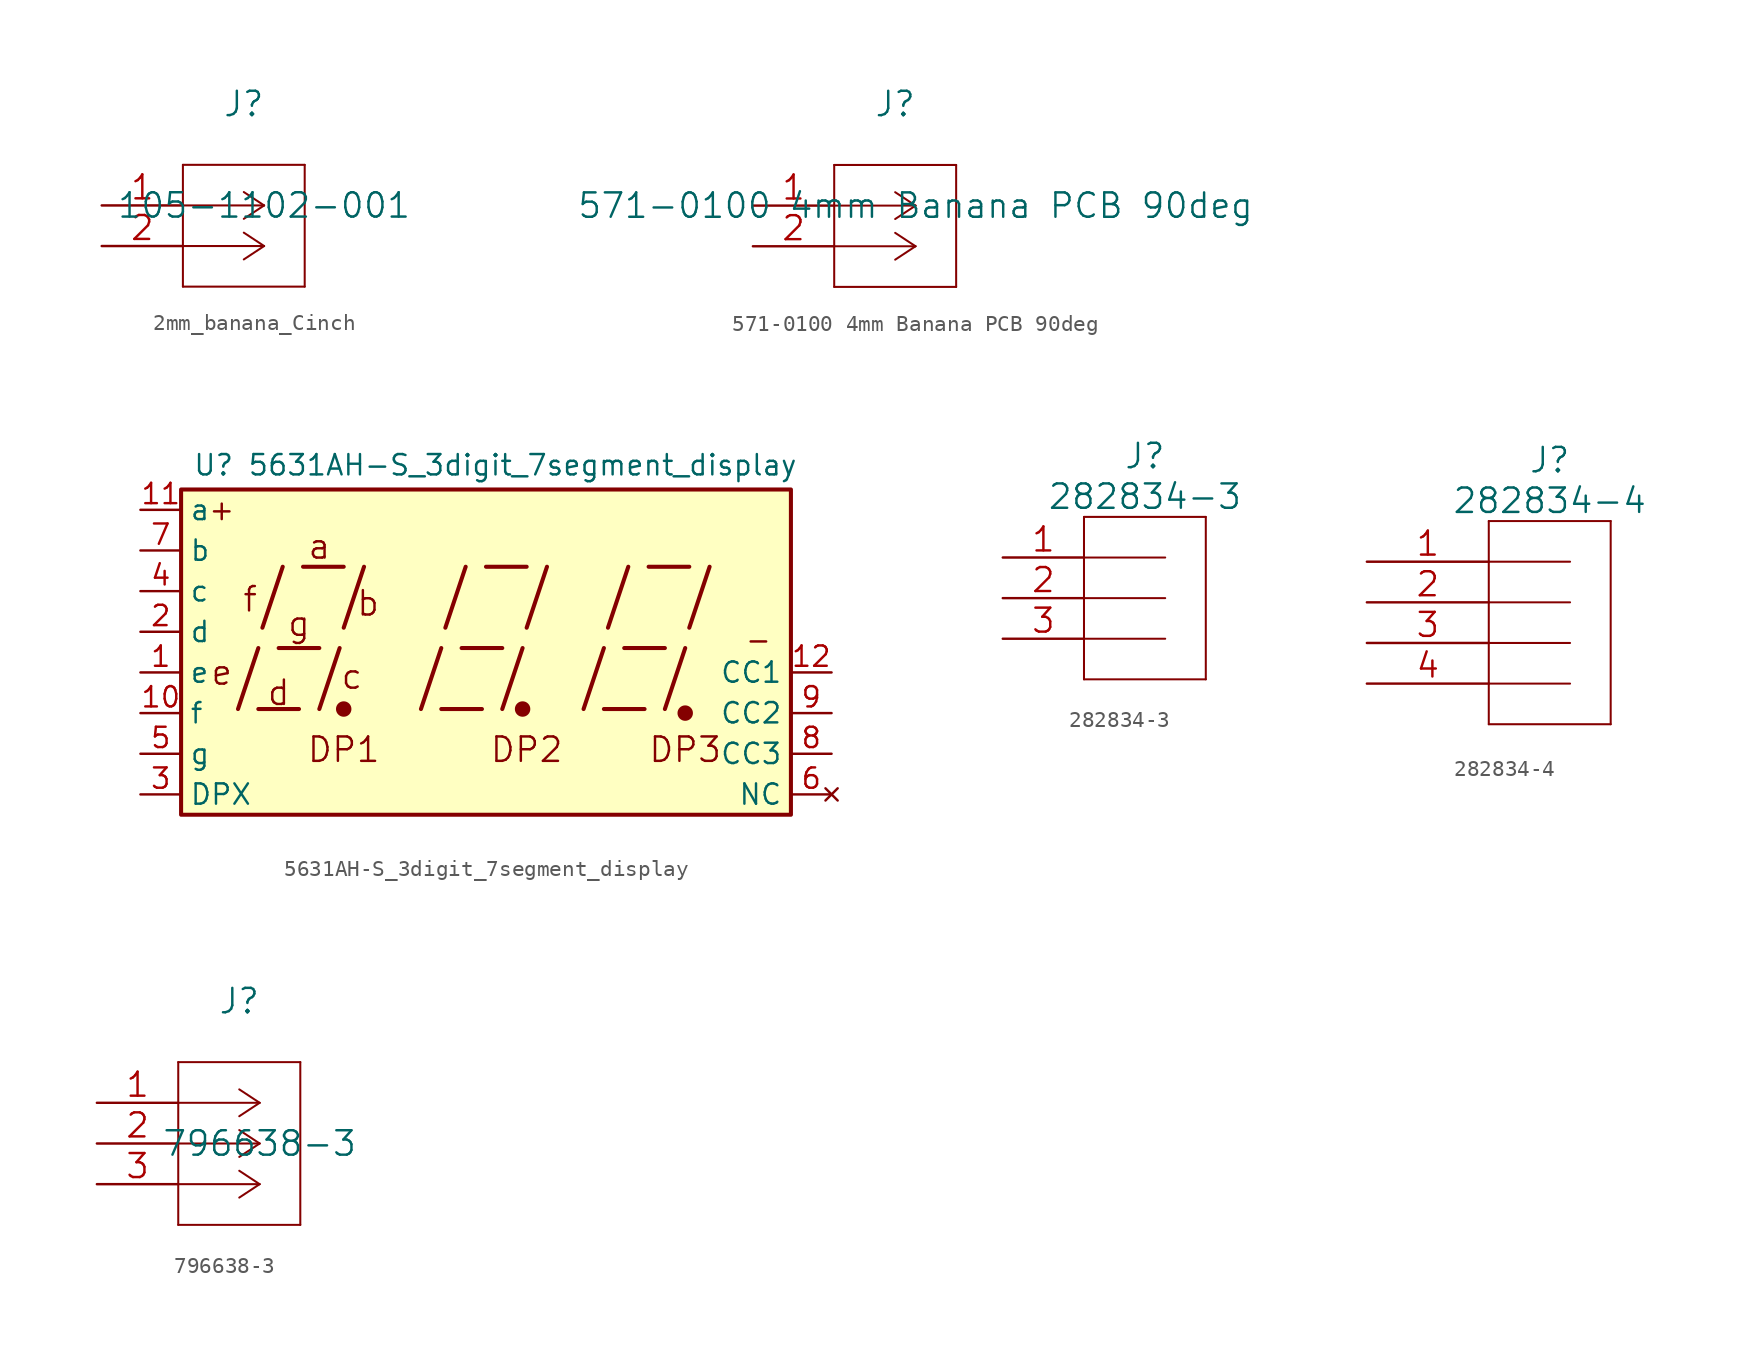
<source format=kicad_sym>
(kicad_symbol_lib
  (version 20231120)
  (generator "kicad_symbol_editor")
  (generator_version "8.0")
  (symbol "2mm_banana_Cinch"
    (pin_names
      (offset 0.254) hide)
    (property "Reference" "J"
      (at 8.89 6.35 0)
      (effects (font (size 1.524 1.524))))
    (property "Value" "105-1102-001"
      (at 10.16 0 0)
      (effects (font (size 1.524 1.524))))
    (property "Datasheet" ""
      (at 0 0 0)
      (effects (font (size 1.524 1.524))))
    (symbol "2mm_banana_Cinch_1_1"
      (polyline (pts (xy 5.08 -5.08) (xy 12.7 -5.08)) (stroke (width 0.127) (type solid)) (fill (type none)))
      (polyline (pts (xy 5.08 2.54) (xy 5.08 -5.08)) (stroke (width 0.127) (type solid)) (fill (type none)))
      (polyline (pts (xy 10.16 -2.54) (xy 5.08 -2.54)) (stroke (width 0.127) (type solid)) (fill (type none)))
      (polyline (pts (xy 10.16 -2.54) (xy 8.89 -3.378)) (stroke (width 0.127) (type solid)) (fill (type none)))
      (polyline (pts (xy 10.16 -2.54) (xy 8.89 -1.702)) (stroke (width 0.127) (type solid)) (fill (type none)))
      (polyline (pts (xy 10.16 0) (xy 5.08 0)) (stroke (width 0.127) (type solid)) (fill (type none)))
      (polyline (pts (xy 10.16 0) (xy 8.89 -0.838)) (stroke (width 0.127) (type solid)) (fill (type none)))
      (polyline (pts (xy 10.16 0) (xy 8.89 0.838)) (stroke (width 0.127) (type solid)) (fill (type none)))
      (polyline (pts (xy 12.7 -5.08) (xy 12.7 2.54)) (stroke (width 0.127) (type solid)) (fill (type none)))
      (polyline (pts (xy 12.7 2.54) (xy 5.08 2.54)) (stroke (width 0.127) (type solid)) (fill (type none)))
      (pin unspecified line (at 0 0 0) (length 5.08) (name "1" (effects (font (size 1.499 1.499)))) (number "1" (effects (font (size 1.499 1.499)))))
      (pin unspecified line (at 0 -2.54 0) (length 5.08) (name "2" (effects (font (size 1.499 1.499)))) (number "2" (effects (font (size 1.499 1.499)))))))
  (symbol "571-0100 4mm Banana PCB 90deg"
    (pin_names
      (offset 0.254) hide)
    (property "Reference" "J"
      (at 8.89 6.35 0)
      (effects (font (size 1.524 1.524))))
    (property "Value" "571-0100 4mm Banana PCB 90deg"
      (at 10.16 0 0)
      (effects (font (size 1.524 1.524))))
    (property "Datasheet" ""
      (at 0 0 0)
      (effects (font (size 1.524 1.524))))
    (symbol "571-0100 4mm Banana PCB 90deg_1_1"
      (polyline (pts (xy 5.08 -5.08) (xy 12.7 -5.08)) (stroke (width 0.127) (type default)) (fill (type none)))
      (polyline (pts (xy 5.08 2.54) (xy 5.08 -5.08)) (stroke (width 0.127) (type default)) (fill (type none)))
      (polyline (pts (xy 10.16 -2.54) (xy 5.08 -2.54)) (stroke (width 0.127) (type default)) (fill (type none)))
      (polyline (pts (xy 10.16 -2.54) (xy 8.89 -3.378)) (stroke (width 0.127) (type default)) (fill (type none)))
      (polyline (pts (xy 10.16 -2.54) (xy 8.89 -1.702)) (stroke (width 0.127) (type default)) (fill (type none)))
      (polyline (pts (xy 10.16 0) (xy 5.08 0)) (stroke (width 0.127) (type default)) (fill (type none)))
      (polyline (pts (xy 10.16 0) (xy 8.89 -0.838)) (stroke (width 0.127) (type default)) (fill (type none)))
      (polyline (pts (xy 10.16 0) (xy 8.89 0.838)) (stroke (width 0.127) (type default)) (fill (type none)))
      (polyline (pts (xy 12.7 -5.08) (xy 12.7 2.54)) (stroke (width 0.127) (type default)) (fill (type none)))
      (polyline (pts (xy 12.7 2.54) (xy 5.08 2.54)) (stroke (width 0.127) (type default)) (fill (type none)))
      (pin unspecified line (at 0 0 0) (length 5.08) (name "1" (effects (font (size 1.499 1.499)))) (number "1" (effects (font (size 1.499 1.499)))))
      (pin unspecified line (at 0 -2.54 0) (length 5.08) (name "2" (effects (font (size 1.499 1.499)))) (number "2" (effects (font (size 1.499 1.499)))))))
  (symbol "5631AH-S_3digit_7segment_display"
    (property "Reference" "U"
      (at -17.018 11.684 0)
      (effects (font (size 1.27 1.27))))
    (property "Value" "5631AH-S_3digit_7segment_display"
      (at 2.286 11.684 0)
      (effects (font (size 1.27 1.27))))
    (symbol "5631AH-S_3digit_7segment_display_0_0"
      (rectangle (start -19.05 10.16) (end 19.05 -10.16) (stroke (width 0.254) (type default)) (fill (type background)))
      (polyline (pts (xy -15.494 -3.556) (xy -14.224 0.254)) (stroke (width 0.254) (type default)) (fill (type none)))
      (polyline (pts (xy -14.224 -3.556) (xy -11.684 -3.556)) (stroke (width 0.254) (type default)) (fill (type none)))
      (polyline (pts (xy -13.97 1.524) (xy -12.7 5.334)) (stroke (width 0.254) (type default)) (fill (type none)))
      (polyline (pts (xy -12.954 0.254) (xy -10.414 0.254)) (stroke (width 0.254) (type default)) (fill (type none)))
      (polyline (pts (xy -11.43 5.334) (xy -8.89 5.334)) (stroke (width 0.254) (type default)) (fill (type none)))
      (polyline (pts (xy -10.414 -3.556) (xy -9.144 0.254)) (stroke (width 0.254) (type default)) (fill (type none)))
      (polyline (pts (xy -8.89 1.524) (xy -7.62 5.334)) (stroke (width 0.254) (type default)) (fill (type none)))
      (polyline (pts (xy -4.064 -3.556) (xy -2.794 0.254)) (stroke (width 0.254) (type default)) (fill (type none)))
      (polyline (pts (xy -2.794 -3.556) (xy -0.254 -3.556)) (stroke (width 0.254) (type default)) (fill (type none)))
      (polyline (pts (xy -2.54 1.524) (xy -1.27 5.334)) (stroke (width 0.254) (type default)) (fill (type none)))
      (polyline (pts (xy -1.524 0.254) (xy 1.016 0.254)) (stroke (width 0.254) (type default)) (fill (type none)))
      (polyline (pts (xy 0 5.334) (xy 2.54 5.334)) (stroke (width 0.254) (type default)) (fill (type none)))
      (polyline (pts (xy 1.016 -3.556) (xy 2.286 0.254)) (stroke (width 0.254) (type default)) (fill (type none)))
      (polyline (pts (xy 2.54 1.524) (xy 3.81 5.334)) (stroke (width 0.254) (type default)) (fill (type none)))
      (polyline (pts (xy 6.096 -3.556) (xy 7.366 0.254)) (stroke (width 0.254) (type default)) (fill (type none)))
      (polyline (pts (xy 7.366 -3.556) (xy 9.906 -3.556)) (stroke (width 0.254) (type default)) (fill (type none)))
      (polyline (pts (xy 7.62 1.524) (xy 8.89 5.334)) (stroke (width 0.254) (type default)) (fill (type none)))
      (polyline (pts (xy 8.636 0.254) (xy 11.176 0.254)) (stroke (width 0.254) (type default)) (fill (type none)))
      (polyline (pts (xy 10.16 5.334) (xy 12.7 5.334)) (stroke (width 0.254) (type default)) (fill (type none)))
      (polyline (pts (xy 11.176 -3.556) (xy 12.446 0.254)) (stroke (width 0.254) (type default)) (fill (type none)))
      (polyline (pts (xy 12.7 1.524) (xy 13.97 5.334)) (stroke (width 0.254) (type default)) (fill (type none)))
      (text "a" (at -10.414 6.604 0) (effects (font (size 1.524 1.524))))
      (text "b" (at -7.366 3.048 0) (effects (font (size 1.524 1.524))))
      (text "c" (at -8.382 -1.524 0) (effects (font (size 1.524 1.524))))
      (text "d" (at -12.954 -2.54 0) (effects (font (size 1.524 1.524))))
      (text "DP1" (at -8.89 -6.096 0) (effects (font (size 1.524 1.524))))
      (text "DP2" (at 2.54 -6.096 0) (effects (font (size 1.524 1.524))))
      (text "DP3" (at 12.446 -6.096 0) (effects (font (size 1.524 1.524))))
      (text "e" (at -16.51 -1.27 0) (effects (font (size 1.524 1.524))))
      (text "f" (at -14.732 3.302 0) (effects (font (size 1.524 1.524))))
      (text "g" (at -11.684 1.778 0) (effects (font (size 1.524 1.524)))))
    (symbol "5631AH-S_3digit_7segment_display_0_1"
      (circle (center -8.89 -3.556) (radius 0.356) (stroke (width 0.254) (type default)) (fill (type outline)))
      (circle (center 2.286 -3.556) (radius 0.356) (stroke (width 0.254) (type default)) (fill (type outline))))
    (symbol "5631AH-S_3digit_7segment_display_1_0"
      (circle (center 12.446 -3.81) (radius 0.356) (stroke (width 0.254) (type default)) (fill (type outline))))
    (symbol "5631AH-S_3digit_7segment_display_1_1"
      (text "+" (at -16.51 8.89 0) (effects (font (size 1.27 1.27))))
      (text "-" (at 17.018 0.762 0) (effects (font (size 1.27 1.27))))
      (pin input line (at -21.59 -1.27 0) (length 2.54) (name "e" (effects (font (size 1.27 1.27)))) (number "1" (effects (font (size 1.27 1.27)))))
      (pin input line (at -21.59 -3.81 0) (length 2.54) (name "f" (effects (font (size 1.27 1.27)))) (number "10" (effects (font (size 1.27 1.27)))))
      (pin input line (at -21.59 8.89 0) (length 2.54) (name "a" (effects (font (size 1.27 1.27)))) (number "11" (effects (font (size 1.27 1.27)))))
      (pin input line (at 21.59 -1.27 180) (length 2.54) (name "CC1" (effects (font (size 1.27 1.27)))) (number "12" (effects (font (size 1.27 1.27)))))
      (pin input line (at -21.59 1.27 0) (length 2.54) (name "d" (effects (font (size 1.27 1.27)))) (number "2" (effects (font (size 1.27 1.27)))))
      (pin input line (at -21.59 -8.89 0) (length 2.54) (name "DPX" (effects (font (size 1.27 1.27)))) (number "3" (effects (font (size 1.27 1.27)))))
      (pin input line (at -21.59 3.81 0) (length 2.54) (name "c" (effects (font (size 1.27 1.27)))) (number "4" (effects (font (size 1.27 1.27)))))
      (pin input line (at -21.59 -6.35 0) (length 2.54) (name "g" (effects (font (size 1.27 1.27)))) (number "5" (effects (font (size 1.27 1.27)))))
      (pin no_connect line (at 21.59 -8.89 180) (length 2.54) (name "NC" (effects (font (size 1.27 1.27)))) (number "6" (effects (font (size 1.27 1.27)))))
      (pin input line (at -21.59 6.35 0) (length 2.54) (name "b" (effects (font (size 1.27 1.27)))) (number "7" (effects (font (size 1.27 1.27)))))
      (pin input line (at 21.59 -6.35 180) (length 2.54) (name "CC3" (effects (font (size 1.27 1.27)))) (number "8" (effects (font (size 1.27 1.27)))))
      (pin input line (at 21.59 -3.81 180) (length 2.54) (name "CC2" (effects (font (size 1.27 1.27)))) (number "9" (effects (font (size 1.27 1.27)))))))
  (symbol "282834-3"
    (pin_names
      (offset 0.254) hide)
    (property "Reference" "J"
      (at 8.89 6.35 0)
      (effects (font (size 1.524 1.524))))
    (property "Value" "282834-3"
      (at 8.89 3.81 0)
      (effects (font (size 1.524 1.524))))
    (property "Datasheet" ""
      (at 0 0 0)
      (effects (font (size 1.524 1.524))))
    (symbol "282834-3_1_1"
      (polyline (pts (xy 5.08 -7.62) (xy 12.7 -7.62)) (stroke (width 0.127) (type default)) (fill (type none)))
      (polyline (pts (xy 5.08 2.54) (xy 5.08 -7.62)) (stroke (width 0.127) (type default)) (fill (type none)))
      (polyline (pts (xy 10.16 -5.08) (xy 5.08 -5.08)) (stroke (width 0.127) (type default)) (fill (type none)))
      (polyline (pts (xy 10.16 -2.54) (xy 5.08 -2.54)) (stroke (width 0.127) (type default)) (fill (type none)))
      (polyline (pts (xy 10.16 0) (xy 5.08 0)) (stroke (width 0.127) (type default)) (fill (type none)))
      (polyline (pts (xy 12.7 -7.62) (xy 12.7 2.54)) (stroke (width 0.127) (type default)) (fill (type none)))
      (polyline (pts (xy 12.7 2.54) (xy 5.08 2.54)) (stroke (width 0.127) (type default)) (fill (type none)))
      (pin unspecified line (at 0 0 0) (length 5.08) (name "1" (effects (font (size 1.499 1.499)))) (number "1" (effects (font (size 1.499 1.499)))))
      (pin unspecified line (at 0 -2.54 0) (length 5.08) (name "2" (effects (font (size 1.499 1.499)))) (number "2" (effects (font (size 1.499 1.499)))))
      (pin unspecified line (at 0 -5.08 0) (length 5.08) (name "3" (effects (font (size 1.499 1.499)))) (number "3" (effects (font (size 1.499 1.499)))))))
  (symbol "282834-4"
    (pin_names
      (offset 0.254) hide)
    (property "Reference" "J"
      (at 11.43 6.35 0)
      (effects (font (size 1.524 1.524))))
    (property "Value" "282834-4"
      (at 11.43 3.81 0)
      (effects (font (size 1.524 1.524))))
    (property "Datasheet" ""
      (at 0 0 0)
      (effects (font (size 1.524 1.524))))
    (symbol "282834-4_1_1"
      (polyline (pts (xy 7.62 -10.16) (xy 15.24 -10.16)) (stroke (width 0.127) (type default)) (fill (type none)))
      (polyline (pts (xy 7.62 -7.62) (xy 12.7 -7.62)) (stroke (width 0.127) (type default)) (fill (type none)))
      (polyline (pts (xy 7.62 -5.08) (xy 12.7 -5.08)) (stroke (width 0.127) (type default)) (fill (type none)))
      (polyline (pts (xy 7.62 -2.54) (xy 12.7 -2.54)) (stroke (width 0.127) (type default)) (fill (type none)))
      (polyline (pts (xy 7.62 0) (xy 12.7 0)) (stroke (width 0.127) (type default)) (fill (type none)))
      (polyline (pts (xy 7.62 2.54) (xy 7.62 -10.16)) (stroke (width 0.127) (type default)) (fill (type none)))
      (polyline (pts (xy 15.24 -10.16) (xy 15.24 2.54)) (stroke (width 0.127) (type default)) (fill (type none)))
      (polyline (pts (xy 15.24 2.54) (xy 7.62 2.54)) (stroke (width 0.127) (type default)) (fill (type none)))
      (pin unspecified line (at 0 0 0) (length 7.62) (name "1" (effects (font (size 1.499 1.499)))) (number "1" (effects (font (size 1.499 1.499)))))
      (pin unspecified line (at 0 -2.54 0) (length 7.62) (name "2" (effects (font (size 1.499 1.499)))) (number "2" (effects (font (size 1.499 1.499)))))
      (pin unspecified line (at 0 -5.08 0) (length 7.62) (name "3" (effects (font (size 1.499 1.499)))) (number "3" (effects (font (size 1.499 1.499)))))
      (pin unspecified line (at 0 -7.62 0) (length 7.62) (name "4" (effects (font (size 1.499 1.499)))) (number "4" (effects (font (size 1.499 1.499)))))))
  (symbol "796638-3"
    (pin_names
      (offset 0.254) hide)
    (property "Reference" "J"
      (at 8.89 6.35 0)
      (effects (font (size 1.524 1.524))))
    (property "Value" "796638-3"
      (at 10.16 -2.54 0)
      (effects (font (size 1.524 1.524))))
    (property "Datasheet" ""
      (at 0 0 0)
      (effects (font (size 1.524 1.524))))
    (symbol "796638-3_1_1"
      (polyline (pts (xy 5.08 -7.62) (xy 12.7 -7.62)) (stroke (width 0.127) (type solid)) (fill (type none)))
      (polyline (pts (xy 5.08 2.54) (xy 5.08 -7.62)) (stroke (width 0.127) (type solid)) (fill (type none)))
      (polyline (pts (xy 10.16 -5.08) (xy 5.08 -5.08)) (stroke (width 0.127) (type solid)) (fill (type none)))
      (polyline (pts (xy 10.16 -5.08) (xy 8.89 -5.918)) (stroke (width 0.127) (type solid)) (fill (type none)))
      (polyline (pts (xy 10.16 -5.08) (xy 8.89 -4.242)) (stroke (width 0.127) (type solid)) (fill (type none)))
      (polyline (pts (xy 10.16 -2.54) (xy 5.08 -2.54)) (stroke (width 0.127) (type solid)) (fill (type none)))
      (polyline (pts (xy 10.16 -2.54) (xy 8.89 -3.378)) (stroke (width 0.127) (type solid)) (fill (type none)))
      (polyline (pts (xy 10.16 -2.54) (xy 8.89 -1.702)) (stroke (width 0.127) (type solid)) (fill (type none)))
      (polyline (pts (xy 10.16 0) (xy 5.08 0)) (stroke (width 0.127) (type solid)) (fill (type none)))
      (polyline (pts (xy 10.16 0) (xy 8.89 -0.838)) (stroke (width 0.127) (type solid)) (fill (type none)))
      (polyline (pts (xy 10.16 0) (xy 8.89 0.838)) (stroke (width 0.127) (type solid)) (fill (type none)))
      (polyline (pts (xy 12.7 -7.62) (xy 12.7 2.54)) (stroke (width 0.127) (type solid)) (fill (type none)))
      (polyline (pts (xy 12.7 2.54) (xy 5.08 2.54)) (stroke (width 0.127) (type solid)) (fill (type none)))
      (pin unspecified line (at 0 0 0) (length 5.08) (name "1" (effects (font (size 1.499 1.499)))) (number "1" (effects (font (size 1.499 1.499)))))
      (pin unspecified line (at 0 -2.54 0) (length 5.08) (name "2" (effects (font (size 1.499 1.499)))) (number "2" (effects (font (size 1.499 1.499)))))
      (pin unspecified line (at 0 -5.08 0) (length 5.08) (name "3" (effects (font (size 1.499 1.499)))) (number "3" (effects (font (size 1.499 1.499))))))))
</source>
